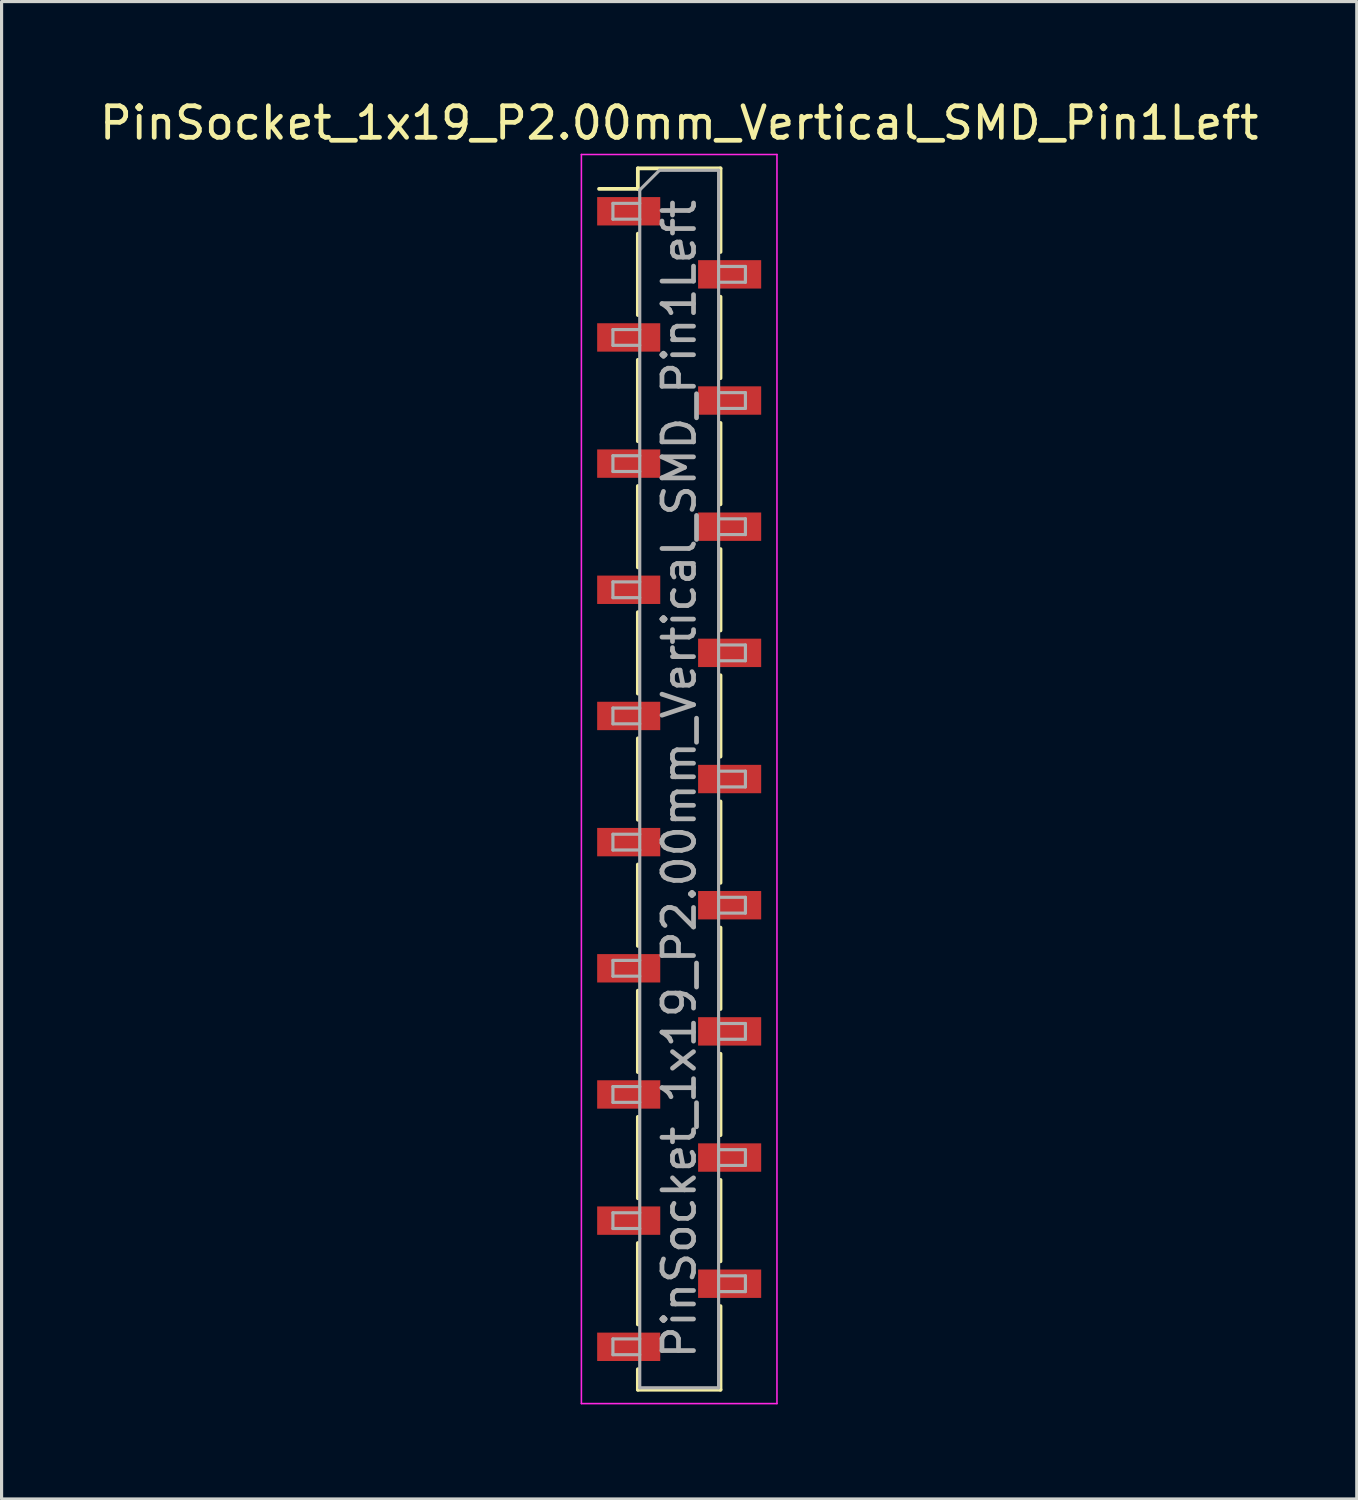
<source format=kicad_pcb>
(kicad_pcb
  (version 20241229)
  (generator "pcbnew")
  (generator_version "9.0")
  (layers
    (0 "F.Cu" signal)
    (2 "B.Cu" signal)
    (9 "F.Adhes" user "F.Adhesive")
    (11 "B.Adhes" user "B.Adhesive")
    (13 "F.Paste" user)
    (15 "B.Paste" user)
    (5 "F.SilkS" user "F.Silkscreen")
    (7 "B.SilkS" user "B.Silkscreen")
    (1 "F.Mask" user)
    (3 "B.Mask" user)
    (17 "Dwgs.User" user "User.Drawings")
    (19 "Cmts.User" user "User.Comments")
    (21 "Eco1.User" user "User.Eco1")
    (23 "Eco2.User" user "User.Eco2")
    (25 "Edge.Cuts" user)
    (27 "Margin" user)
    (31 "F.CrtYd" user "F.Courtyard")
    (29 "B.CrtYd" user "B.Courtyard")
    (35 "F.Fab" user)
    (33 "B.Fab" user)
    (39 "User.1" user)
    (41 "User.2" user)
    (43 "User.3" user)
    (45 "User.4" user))
  (footprint "PinSocket_1x19_P2.00mm_Vertical_SMD_Pin1Left"
    (layer "F.Cu")
    (at 18.482 21.648)
    (property "Reference" "PinSocket_1x19_P2.00mm_Vertical_SMD_Pin1Left" (at 0 -20.8 0) (layer "F.SilkS") (effects (font (size 1 1) (thickness 0.15))))
    (attr smd)
    (fp_line (start -2.54 -18.71) (end -1.31 -18.71) (stroke (width 0.12) (type solid)) (layer "F.SilkS"))
    (fp_line (start -1.31 -19.36) (end -1.31 -18.71) (stroke (width 0.12) (type solid)) (layer "F.SilkS"))
    (fp_line (start -1.31 -19.36) (end 1.31 -19.36) (stroke (width 0.12) (type solid)) (layer "F.SilkS"))
    (fp_line (start -1.31 -17.29) (end -1.31 -14.71) (stroke (width 0.12) (type solid)) (layer "F.SilkS"))
    (fp_line (start -1.31 -13.29) (end -1.31 -10.71) (stroke (width 0.12) (type solid)) (layer "F.SilkS"))
    (fp_line (start -1.31 -9.29) (end -1.31 -6.71) (stroke (width 0.12) (type solid)) (layer "F.SilkS"))
    (fp_line (start -1.31 -5.29) (end -1.31 -2.71) (stroke (width 0.12) (type solid)) (layer "F.SilkS"))
    (fp_line (start -1.31 -1.29) (end -1.31 1.29) (stroke (width 0.12) (type solid)) (layer "F.SilkS"))
    (fp_line (start -1.31 2.71) (end -1.31 5.29) (stroke (width 0.12) (type solid)) (layer "F.SilkS"))
    (fp_line (start -1.31 6.71) (end -1.31 9.29) (stroke (width 0.12) (type solid)) (layer "F.SilkS"))
    (fp_line (start -1.31 10.71) (end -1.31 13.29) (stroke (width 0.12) (type solid)) (layer "F.SilkS"))
    (fp_line (start -1.31 14.71) (end -1.31 17.29) (stroke (width 0.12) (type solid)) (layer "F.SilkS"))
    (fp_line (start -1.31 18.71) (end -1.31 19.36) (stroke (width 0.12) (type solid)) (layer "F.SilkS"))
    (fp_line (start -1.31 19.36) (end 1.31 19.36) (stroke (width 0.12) (type solid)) (layer "F.SilkS"))
    (fp_line (start 1.31 -19.36) (end 1.31 -16.71) (stroke (width 0.12) (type solid)) (layer "F.SilkS"))
    (fp_line (start 1.31 -15.29) (end 1.31 -12.71) (stroke (width 0.12) (type solid)) (layer "F.SilkS"))
    (fp_line (start 1.31 -11.29) (end 1.31 -8.71) (stroke (width 0.12) (type solid)) (layer "F.SilkS"))
    (fp_line (start 1.31 -7.29) (end 1.31 -4.71) (stroke (width 0.12) (type solid)) (layer "F.SilkS"))
    (fp_line (start 1.31 -3.29) (end 1.31 -0.71) (stroke (width 0.12) (type solid)) (layer "F.SilkS"))
    (fp_line (start 1.31 0.71) (end 1.31 3.29) (stroke (width 0.12) (type solid)) (layer "F.SilkS"))
    (fp_line (start 1.31 4.71) (end 1.31 7.29) (stroke (width 0.12) (type solid)) (layer "F.SilkS"))
    (fp_line (start 1.31 8.71) (end 1.31 11.29) (stroke (width 0.12) (type solid)) (layer "F.SilkS"))
    (fp_line (start 1.31 12.71) (end 1.31 15.29) (stroke (width 0.12) (type solid)) (layer "F.SilkS"))
    (fp_line (start 1.31 16.71) (end 1.31 19.36) (stroke (width 0.12) (type solid)) (layer "F.SilkS"))
    (fp_line (start -3.1 -19.8) (end 3.1 -19.8) (stroke (width 0.05) (type solid)) (layer "F.CrtYd"))
    (fp_line (start -3.1 19.8) (end -3.1 -19.8) (stroke (width 0.05) (type solid)) (layer "F.CrtYd"))
    (fp_line (start 3.1 -19.8) (end 3.1 19.8) (stroke (width 0.05) (type solid)) (layer "F.CrtYd"))
    (fp_line (start 3.1 19.8) (end -3.1 19.8) (stroke (width 0.05) (type solid)) (layer "F.CrtYd"))
    (fp_line (start -2.1 -18.25) (end -1.25 -18.25) (stroke (width 0.1) (type solid)) (layer "F.Fab"))
    (fp_line (start -2.1 -17.75) (end -2.1 -18.25) (stroke (width 0.1) (type solid)) (layer "F.Fab"))
    (fp_line (start -2.1 -14.25) (end -1.25 -14.25) (stroke (width 0.1) (type solid)) (layer "F.Fab"))
    (fp_line (start -2.1 -13.75) (end -2.1 -14.25) (stroke (width 0.1) (type solid)) (layer "F.Fab"))
    (fp_line (start -2.1 -10.25) (end -1.25 -10.25) (stroke (width 0.1) (type solid)) (layer "F.Fab"))
    (fp_line (start -2.1 -9.75) (end -2.1 -10.25) (stroke (width 0.1) (type solid)) (layer "F.Fab"))
    (fp_line (start -2.1 -6.25) (end -1.25 -6.25) (stroke (width 0.1) (type solid)) (layer "F.Fab"))
    (fp_line (start -2.1 -5.75) (end -2.1 -6.25) (stroke (width 0.1) (type solid)) (layer "F.Fab"))
    (fp_line (start -2.1 -2.25) (end -1.25 -2.25) (stroke (width 0.1) (type solid)) (layer "F.Fab"))
    (fp_line (start -2.1 -1.75) (end -2.1 -2.25) (stroke (width 0.1) (type solid)) (layer "F.Fab"))
    (fp_line (start -2.1 1.75) (end -1.25 1.75) (stroke (width 0.1) (type solid)) (layer "F.Fab"))
    (fp_line (start -2.1 2.25) (end -2.1 1.75) (stroke (width 0.1) (type solid)) (layer "F.Fab"))
    (fp_line (start -2.1 5.75) (end -1.25 5.75) (stroke (width 0.1) (type solid)) (layer "F.Fab"))
    (fp_line (start -2.1 6.25) (end -2.1 5.75) (stroke (width 0.1) (type solid)) (layer "F.Fab"))
    (fp_line (start -2.1 9.75) (end -1.25 9.75) (stroke (width 0.1) (type solid)) (layer "F.Fab"))
    (fp_line (start -2.1 10.25) (end -2.1 9.75) (stroke (width 0.1) (type solid)) (layer "F.Fab"))
    (fp_line (start -2.1 13.75) (end -1.25 13.75) (stroke (width 0.1) (type solid)) (layer "F.Fab"))
    (fp_line (start -2.1 14.25) (end -2.1 13.75) (stroke (width 0.1) (type solid)) (layer "F.Fab"))
    (fp_line (start -2.1 17.75) (end -1.25 17.75) (stroke (width 0.1) (type solid)) (layer "F.Fab"))
    (fp_line (start -2.1 18.25) (end -2.1 17.75) (stroke (width 0.1) (type solid)) (layer "F.Fab"))
    (fp_line (start -1.25 -18.675) (end -0.625 -19.3) (stroke (width 0.1) (type solid)) (layer "F.Fab"))
    (fp_line (start -1.25 -17.75) (end -2.1 -17.75) (stroke (width 0.1) (type solid)) (layer "F.Fab"))
    (fp_line (start -1.25 -13.75) (end -2.1 -13.75) (stroke (width 0.1) (type solid)) (layer "F.Fab"))
    (fp_line (start -1.25 -9.75) (end -2.1 -9.75) (stroke (width 0.1) (type solid)) (layer "F.Fab"))
    (fp_line (start -1.25 -5.75) (end -2.1 -5.75) (stroke (width 0.1) (type solid)) (layer "F.Fab"))
    (fp_line (start -1.25 -1.75) (end -2.1 -1.75) (stroke (width 0.1) (type solid)) (layer "F.Fab"))
    (fp_line (start -1.25 2.25) (end -2.1 2.25) (stroke (width 0.1) (type solid)) (layer "F.Fab"))
    (fp_line (start -1.25 6.25) (end -2.1 6.25) (stroke (width 0.1) (type solid)) (layer "F.Fab"))
    (fp_line (start -1.25 10.25) (end -2.1 10.25) (stroke (width 0.1) (type solid)) (layer "F.Fab"))
    (fp_line (start -1.25 14.25) (end -2.1 14.25) (stroke (width 0.1) (type solid)) (layer "F.Fab"))
    (fp_line (start -1.25 18.25) (end -2.1 18.25) (stroke (width 0.1) (type solid)) (layer "F.Fab"))
    (fp_line (start -1.25 19.3) (end -1.25 -18.675) (stroke (width 0.1) (type solid)) (layer "F.Fab"))
    (fp_line (start -0.625 -19.3) (end 1.25 -19.3) (stroke (width 0.1) (type solid)) (layer "F.Fab"))
    (fp_line (start 1.25 -19.3) (end 1.25 19.3) (stroke (width 0.1) (type solid)) (layer "F.Fab"))
    (fp_line (start 1.25 -16.25) (end 2.1 -16.25) (stroke (width 0.1) (type solid)) (layer "F.Fab"))
    (fp_line (start 1.25 -12.25) (end 2.1 -12.25) (stroke (width 0.1) (type solid)) (layer "F.Fab"))
    (fp_line (start 1.25 -8.25) (end 2.1 -8.25) (stroke (width 0.1) (type solid)) (layer "F.Fab"))
    (fp_line (start 1.25 -4.25) (end 2.1 -4.25) (stroke (width 0.1) (type solid)) (layer "F.Fab"))
    (fp_line (start 1.25 -0.25) (end 2.1 -0.25) (stroke (width 0.1) (type solid)) (layer "F.Fab"))
    (fp_line (start 1.25 3.75) (end 2.1 3.75) (stroke (width 0.1) (type solid)) (layer "F.Fab"))
    (fp_line (start 1.25 7.75) (end 2.1 7.75) (stroke (width 0.1) (type solid)) (layer "F.Fab"))
    (fp_line (start 1.25 11.75) (end 2.1 11.75) (stroke (width 0.1) (type solid)) (layer "F.Fab"))
    (fp_line (start 1.25 15.75) (end 2.1 15.75) (stroke (width 0.1) (type solid)) (layer "F.Fab"))
    (fp_line (start 1.25 19.3) (end -1.25 19.3) (stroke (width 0.1) (type solid)) (layer "F.Fab"))
    (fp_line (start 2.1 -16.25) (end 2.1 -15.75) (stroke (width 0.1) (type solid)) (layer "F.Fab"))
    (fp_line (start 2.1 -15.75) (end 1.25 -15.75) (stroke (width 0.1) (type solid)) (layer "F.Fab"))
    (fp_line (start 2.1 -12.25) (end 2.1 -11.75) (stroke (width 0.1) (type solid)) (layer "F.Fab"))
    (fp_line (start 2.1 -11.75) (end 1.25 -11.75) (stroke (width 0.1) (type solid)) (layer "F.Fab"))
    (fp_line (start 2.1 -8.25) (end 2.1 -7.75) (stroke (width 0.1) (type solid)) (layer "F.Fab"))
    (fp_line (start 2.1 -7.75) (end 1.25 -7.75) (stroke (width 0.1) (type solid)) (layer "F.Fab"))
    (fp_line (start 2.1 -4.25) (end 2.1 -3.75) (stroke (width 0.1) (type solid)) (layer "F.Fab"))
    (fp_line (start 2.1 -3.75) (end 1.25 -3.75) (stroke (width 0.1) (type solid)) (layer "F.Fab"))
    (fp_line (start 2.1 -0.25) (end 2.1 0.25) (stroke (width 0.1) (type solid)) (layer "F.Fab"))
    (fp_line (start 2.1 0.25) (end 1.25 0.25) (stroke (width 0.1) (type solid)) (layer "F.Fab"))
    (fp_line (start 2.1 3.75) (end 2.1 4.25) (stroke (width 0.1) (type solid)) (layer "F.Fab"))
    (fp_line (start 2.1 4.25) (end 1.25 4.25) (stroke (width 0.1) (type solid)) (layer "F.Fab"))
    (fp_line (start 2.1 7.75) (end 2.1 8.25) (stroke (width 0.1) (type solid)) (layer "F.Fab"))
    (fp_line (start 2.1 8.25) (end 1.25 8.25) (stroke (width 0.1) (type solid)) (layer "F.Fab"))
    (fp_line (start 2.1 11.75) (end 2.1 12.25) (stroke (width 0.1) (type solid)) (layer "F.Fab"))
    (fp_line (start 2.1 12.25) (end 1.25 12.25) (stroke (width 0.1) (type solid)) (layer "F.Fab"))
    (fp_line (start 2.1 15.75) (end 2.1 16.25) (stroke (width 0.1) (type solid)) (layer "F.Fab"))
    (fp_line (start 2.1 16.25) (end 1.25 16.25) (stroke (width 0.1) (type solid)) (layer "F.Fab"))
    (fp_text user "${REFERENCE}" (at 0 0 90) (layer "F.Fab") (effects (font (size 1 1) (thickness 0.15))))
    (pad "1" smd rect (at -1.6 -18) (size 2 0.9) (layers "F.Cu" "F.Mask" "F.Paste"))
    (pad "2" smd rect (at 1.6 -16) (size 2 0.9) (layers "F.Cu" "F.Mask" "F.Paste"))
    (pad "3" smd rect (at -1.6 -14) (size 2 0.9) (layers "F.Cu" "F.Mask" "F.Paste"))
    (pad "4" smd rect (at 1.6 -12) (size 2 0.9) (layers "F.Cu" "F.Mask" "F.Paste"))
    (pad "5" smd rect (at -1.6 -10) (size 2 0.9) (layers "F.Cu" "F.Mask" "F.Paste"))
    (pad "6" smd rect (at 1.6 -8) (size 2 0.9) (layers "F.Cu" "F.Mask" "F.Paste"))
    (pad "7" smd rect (at -1.6 -6) (size 2 0.9) (layers "F.Cu" "F.Mask" "F.Paste"))
    (pad "8" smd rect (at 1.6 -4) (size 2 0.9) (layers "F.Cu" "F.Mask" "F.Paste"))
    (pad "9" smd rect (at -1.6 -2) (size 2 0.9) (layers "F.Cu" "F.Mask" "F.Paste"))
    (pad "10" smd rect (at 1.6 0) (size 2 0.9) (layers "F.Cu" "F.Mask" "F.Paste"))
    (pad "11" smd rect (at -1.6 2) (size 2 0.9) (layers "F.Cu" "F.Mask" "F.Paste"))
    (pad "12" smd rect (at 1.6 4) (size 2 0.9) (layers "F.Cu" "F.Mask" "F.Paste"))
    (pad "13" smd rect (at -1.6 6) (size 2 0.9) (layers "F.Cu" "F.Mask" "F.Paste"))
    (pad "14" smd rect (at 1.6 8) (size 2 0.9) (layers "F.Cu" "F.Mask" "F.Paste"))
    (pad "15" smd rect (at -1.6 10) (size 2 0.9) (layers "F.Cu" "F.Mask" "F.Paste"))
    (pad "16" smd rect (at 1.6 12) (size 2 0.9) (layers "F.Cu" "F.Mask" "F.Paste"))
    (pad "17" smd rect (at -1.6 14) (size 2 0.9) (layers "F.Cu" "F.Mask" "F.Paste"))
    (pad "18" smd rect (at 1.6 16) (size 2 0.9) (layers "F.Cu" "F.Mask" "F.Paste"))
    (pad "19" smd rect (at -1.6 18) (size 2 0.9) (layers "F.Cu" "F.Mask" "F.Paste")))
  (gr_rect
    (start -3 -3)
    (end 39.964 44.473)
    (stroke (width 0.1) (type default))
    (fill no)
    (layer "Edge.Cuts")))
</source>
